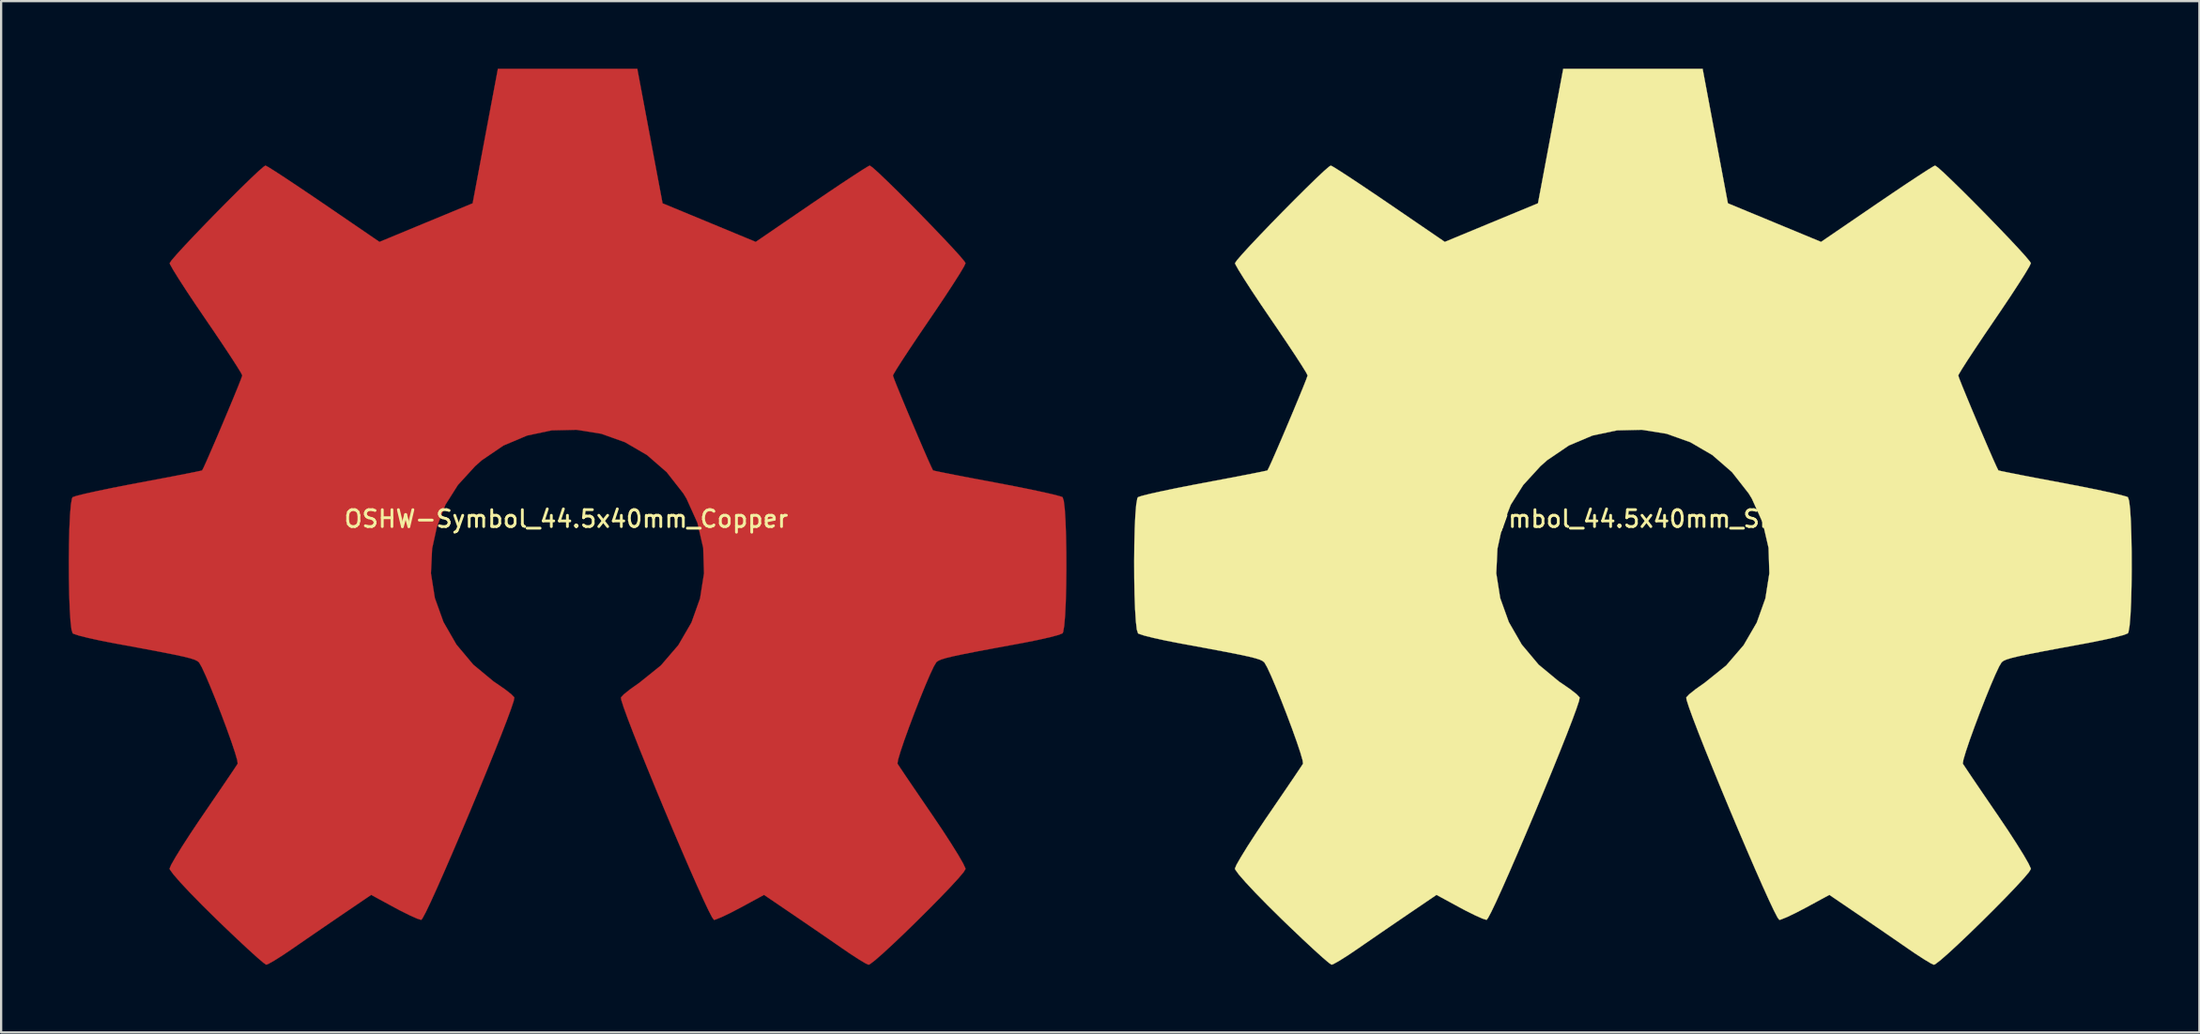
<source format=kicad_pcb>
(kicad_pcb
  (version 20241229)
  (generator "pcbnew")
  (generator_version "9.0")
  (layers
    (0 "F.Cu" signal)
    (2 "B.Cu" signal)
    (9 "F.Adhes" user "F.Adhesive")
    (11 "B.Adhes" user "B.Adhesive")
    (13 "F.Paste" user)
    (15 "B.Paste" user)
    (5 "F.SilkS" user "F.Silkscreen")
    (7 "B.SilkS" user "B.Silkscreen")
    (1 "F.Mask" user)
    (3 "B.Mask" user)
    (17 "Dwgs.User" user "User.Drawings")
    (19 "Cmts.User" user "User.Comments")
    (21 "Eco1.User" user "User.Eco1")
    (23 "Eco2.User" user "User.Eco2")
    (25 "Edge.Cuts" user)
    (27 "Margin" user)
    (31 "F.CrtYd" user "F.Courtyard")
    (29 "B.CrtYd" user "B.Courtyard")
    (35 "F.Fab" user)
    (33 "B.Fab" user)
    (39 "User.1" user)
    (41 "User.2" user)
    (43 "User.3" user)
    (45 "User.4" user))
  (footprint "OSHW-Symbol_44.5x40mm_Copper"
    (layer "F.Cu")
    (at 22.072 19.989)
    (property "Reference" "OSHW-Symbol_44.5x40mm_Copper" (at 0 0 0) (layer "F.SilkS") (effects (font (size 0.75 0.75) (thickness 0.125))))
    (attr exclude_from_pos_files exclude_from_bom allow_missing_courtyard)
    (fp_poly (pts (xy 3.714 -16.998) (xy 4.275 -14.012) (xy 6.342 -13.156) (xy 8.409 -12.299) (xy 10.888 -13.994) (xy 11.583 -14.466) (xy 12.21 -14.887) (xy 12.742 -15.238) (xy 13.148 -15.501) (xy 13.4 -15.655) (xy 13.469 -15.688) (xy 13.592 -15.603) (xy 13.857 -15.366) (xy 14.231 -15.009) (xy 14.688 -14.562) (xy 15.196 -14.054) (xy 15.726 -13.516) (xy 16.248 -12.978) (xy 16.733 -12.47) (xy 17.152 -12.023) (xy 17.475 -11.666) (xy 17.671 -11.431) (xy 17.718 -11.352) (xy 17.65 -11.207) (xy 17.461 -10.888) (xy 17.169 -10.428) (xy 16.796 -9.857) (xy 16.36 -9.207) (xy 16.107 -8.835) (xy 15.647 -8.158) (xy 15.238 -7.546) (xy 14.9 -7.032) (xy 14.653 -6.644) (xy 14.517 -6.413) (xy 14.497 -6.365) (xy 14.543 -6.227) (xy 14.669 -5.906) (xy 14.857 -5.448) (xy 15.086 -4.896) (xy 15.338 -4.296) (xy 15.594 -3.694) (xy 15.834 -3.134) (xy 16.04 -2.661) (xy 16.193 -2.322) (xy 16.273 -2.159) (xy 16.278 -2.153) (xy 16.403 -2.122) (xy 16.738 -2.053) (xy 17.247 -1.952) (xy 17.896 -1.827) (xy 18.65 -1.685) (xy 19.089 -1.602) (xy 19.895 -1.448) (xy 20.622 -1.302) (xy 21.235 -1.17) (xy 21.696 -1.063) (xy 21.969 -0.987) (xy 22.024 -0.963) (xy 22.077 -0.799) (xy 22.121 -0.43) (xy 22.154 0.101) (xy 22.176 0.752) (xy 22.189 1.479) (xy 22.191 2.239) (xy 22.183 2.989) (xy 22.165 3.686) (xy 22.136 4.286) (xy 22.097 4.747) (xy 22.049 5.025) (xy 22.02 5.082) (xy 21.845 5.152) (xy 21.475 5.251) (xy 20.958 5.368) (xy 20.344 5.492) (xy 20.13 5.532) (xy 19.097 5.722) (xy 18.28 5.875) (xy 17.654 5.998) (xy 17.191 6.095) (xy 16.864 6.174) (xy 16.646 6.24) (xy 16.511 6.299) (xy 16.431 6.358) (xy 16.42 6.37) (xy 16.308 6.557) (xy 16.137 6.922) (xy 15.924 7.419) (xy 15.687 8.005) (xy 15.441 8.634) (xy 15.206 9.261) (xy 14.996 9.843) (xy 14.831 10.334) (xy 14.726 10.689) (xy 14.698 10.865) (xy 14.7 10.871) (xy 14.794 11.014) (xy 15.005 11.33) (xy 15.313 11.785) (xy 15.695 12.346) (xy 16.128 12.981) (xy 16.252 13.162) (xy 16.692 13.816) (xy 17.079 14.413) (xy 17.393 14.918) (xy 17.611 15.298) (xy 17.713 15.517) (xy 17.718 15.544) (xy 17.632 15.686) (xy 17.395 15.966) (xy 17.037 16.356) (xy 16.588 16.824) (xy 16.08 17.34) (xy 15.542 17.875) (xy 15.005 18.398) (xy 14.5 18.879) (xy 14.057 19.288) (xy 13.706 19.595) (xy 13.479 19.769) (xy 13.416 19.797) (xy 13.27 19.73) (xy 12.97 19.549) (xy 12.566 19.286) (xy 12.255 19.073) (xy 11.692 18.684) (xy 11.024 18.225) (xy 10.355 17.767) (xy 9.995 17.522) (xy 8.777 16.694) (xy 7.755 17.249) (xy 7.289 17.493) (xy 6.893 17.682) (xy 6.625 17.79) (xy 6.557 17.805) (xy 6.475 17.694) (xy 6.313 17.381) (xy 6.083 16.894) (xy 5.798 16.263) (xy 5.469 15.516) (xy 5.109 14.682) (xy 4.729 13.79) (xy 4.342 12.869) (xy 3.96 11.949) (xy 3.595 11.056) (xy 3.258 10.222) (xy 2.963 9.474) (xy 2.721 8.841) (xy 2.544 8.353) (xy 2.444 8.038) (xy 2.428 7.93) (xy 2.555 7.792) (xy 2.834 7.568) (xy 3.206 7.305) (xy 3.237 7.284) (xy 4.199 6.51) (xy 4.974 5.608) (xy 5.556 4.606) (xy 5.939 3.532) (xy 6.115 2.416) (xy 6.079 1.286) (xy 5.822 0.172) (xy 5.339 -0.898) (xy 5.197 -1.132) (xy 4.457 -2.077) (xy 3.584 -2.836) (xy 2.607 -3.405) (xy 1.556 -3.78) (xy 0.462 -3.956) (xy -0.646 -3.931) (xy -1.736 -3.7) (xy -2.78 -3.259) (xy -3.745 -2.604) (xy -4.044 -2.338) (xy -4.804 -1.506) (xy -5.358 -0.63) (xy -5.738 0.351) (xy -5.95 1.324) (xy -6.002 2.417) (xy -5.828 3.515) (xy -5.445 4.582) (xy -4.871 5.58) (xy -4.123 6.472) (xy -3.22 7.221) (xy -3.102 7.3) (xy -2.726 7.559) (xy -2.44 7.783) (xy -2.303 7.926) (xy -2.301 7.93) (xy -2.33 8.085) (xy -2.447 8.436) (xy -2.638 8.955) (xy -2.892 9.612) (xy -3.197 10.379) (xy -3.54 11.227) (xy -3.91 12.127) (xy -4.294 13.05) (xy -4.681 13.967) (xy -5.058 14.85) (xy -5.413 15.669) (xy -5.734 16.396) (xy -6.009 17.001) (xy -6.226 17.456) (xy -6.374 17.732) (xy -6.433 17.805) (xy -6.614 17.748) (xy -6.952 17.597) (xy -7.39 17.378) (xy -7.631 17.249) (xy -8.653 16.694) (xy -9.871 17.522) (xy -10.493 17.946) (xy -11.174 18.413) (xy -11.812 18.852) (xy -12.131 19.073) (xy -12.581 19.377) (xy -12.961 19.617) (xy -13.223 19.764) (xy -13.308 19.795) (xy -13.432 19.711) (xy -13.706 19.477) (xy -14.104 19.117) (xy -14.599 18.656) (xy -15.165 18.117) (xy -15.522 17.772) (xy -16.148 17.154) (xy -16.689 16.601) (xy -17.123 16.137) (xy -17.428 15.786) (xy -17.583 15.571) (xy -17.598 15.527) (xy -17.529 15.361) (xy -17.338 15.026) (xy -17.048 14.554) (xy -16.678 13.981) (xy -16.25 13.34) (xy -16.128 13.162) (xy -15.684 12.512) (xy -15.286 11.928) (xy -14.956 11.441) (xy -14.716 11.084) (xy -14.589 10.891) (xy -14.576 10.871) (xy -14.595 10.717) (xy -14.693 10.378) (xy -14.853 9.899) (xy -15.058 9.325) (xy -15.292 8.7) (xy -15.537 8.069) (xy -15.776 7.477) (xy -15.992 6.968) (xy -16.168 6.588) (xy -16.287 6.38) (xy -16.296 6.37) (xy -16.368 6.31) (xy -16.491 6.251) (xy -16.691 6.187) (xy -16.995 6.111) (xy -17.43 6.018) (xy -18.024 5.901) (xy -18.802 5.754) (xy -19.792 5.571) (xy -20.006 5.532) (xy -20.641 5.409) (xy -21.195 5.288) (xy -21.619 5.182) (xy -21.863 5.101) (xy -21.896 5.082) (xy -21.95 4.916) (xy -21.993 4.545) (xy -22.027 4.012) (xy -22.051 3.36) (xy -22.064 2.632) (xy -22.067 1.872) (xy -22.06 1.122) (xy -22.043 0.427) (xy -22.015 -0.172) (xy -21.977 -0.631) (xy -21.929 -0.906) (xy -21.9 -0.963) (xy -21.738 -1.019) (xy -21.368 -1.112) (xy -20.828 -1.232) (xy -20.155 -1.372) (xy -19.385 -1.523) (xy -18.965 -1.602) (xy -18.169 -1.752) (xy -17.46 -1.887) (xy -16.871 -2.002) (xy -16.437 -2.089) (xy -16.194 -2.141) (xy -16.154 -2.153) (xy -16.086 -2.284) (xy -15.943 -2.6) (xy -15.744 -3.056) (xy -15.507 -3.606) (xy -15.253 -4.205) (xy -14.999 -4.809) (xy -14.765 -5.372) (xy -14.57 -5.848) (xy -14.433 -6.194) (xy -14.374 -6.363) (xy -14.373 -6.371) (xy -14.44 -6.504) (xy -14.63 -6.811) (xy -14.921 -7.262) (xy -15.295 -7.825) (xy -15.73 -8.47) (xy -15.983 -8.84) (xy -16.445 -9.52) (xy -16.855 -10.136) (xy -17.193 -10.66) (xy -17.44 -11.058) (xy -17.575 -11.299) (xy -17.594 -11.354) (xy -17.51 -11.48) (xy -17.278 -11.749) (xy -16.928 -12.132) (xy -16.489 -12.597) (xy -15.991 -13.116) (xy -15.464 -13.656) (xy -14.936 -14.189) (xy -14.438 -14.684) (xy -14 -15.111) (xy -13.651 -15.44) (xy -13.42 -15.64) (xy -13.342 -15.688) (xy -13.217 -15.621) (xy -12.916 -15.432) (xy -12.469 -15.141) (xy -11.906 -14.766) (xy -11.255 -14.328) (xy -10.764 -13.994) (xy -8.285 -12.299) (xy -6.218 -13.156) (xy -4.151 -14.012) (xy -3.591 -16.998) (xy -3.03 -19.984) (xy 3.154 -19.984) (xy 3.714 -16.998)) (stroke (width 0.01) (type solid)) (fill yes) (layer "F.Cu")))
  (footprint "OSHW-Symbol_44.5x40mm_SilkScreen"
    (layer "F.Cu")
    (at 69.34 19.989)
    (property "Reference" "OSHW-Symbol_44.5x40mm_SilkScreen" (at 0 0 0) (layer "F.SilkS") (effects (font (size 0.75 0.75) (thickness 0.125))))
    (attr exclude_from_pos_files exclude_from_bom allow_missing_courtyard)
    (fp_poly (pts (xy 3.714 -16.998) (xy 4.275 -14.012) (xy 6.342 -13.156) (xy 8.409 -12.299) (xy 10.888 -13.994) (xy 11.583 -14.466) (xy 12.21 -14.887) (xy 12.742 -15.238) (xy 13.148 -15.501) (xy 13.4 -15.655) (xy 13.469 -15.688) (xy 13.592 -15.603) (xy 13.857 -15.366) (xy 14.231 -15.009) (xy 14.688 -14.562) (xy 15.196 -14.054) (xy 15.726 -13.516) (xy 16.248 -12.978) (xy 16.733 -12.47) (xy 17.152 -12.023) (xy 17.475 -11.666) (xy 17.671 -11.431) (xy 17.718 -11.352) (xy 17.65 -11.207) (xy 17.461 -10.888) (xy 17.169 -10.428) (xy 16.796 -9.857) (xy 16.36 -9.207) (xy 16.107 -8.835) (xy 15.647 -8.158) (xy 15.238 -7.546) (xy 14.9 -7.032) (xy 14.653 -6.644) (xy 14.517 -6.413) (xy 14.497 -6.365) (xy 14.543 -6.227) (xy 14.669 -5.906) (xy 14.857 -5.448) (xy 15.086 -4.896) (xy 15.338 -4.296) (xy 15.594 -3.694) (xy 15.834 -3.134) (xy 16.04 -2.661) (xy 16.193 -2.322) (xy 16.273 -2.159) (xy 16.278 -2.153) (xy 16.403 -2.122) (xy 16.738 -2.053) (xy 17.247 -1.952) (xy 17.896 -1.827) (xy 18.65 -1.685) (xy 19.089 -1.602) (xy 19.895 -1.448) (xy 20.622 -1.302) (xy 21.235 -1.17) (xy 21.696 -1.063) (xy 21.969 -0.987) (xy 22.024 -0.963) (xy 22.077 -0.799) (xy 22.121 -0.43) (xy 22.154 0.101) (xy 22.176 0.752) (xy 22.189 1.479) (xy 22.191 2.239) (xy 22.183 2.989) (xy 22.165 3.686) (xy 22.136 4.286) (xy 22.097 4.747) (xy 22.049 5.025) (xy 22.02 5.082) (xy 21.845 5.152) (xy 21.475 5.251) (xy 20.958 5.368) (xy 20.344 5.492) (xy 20.13 5.532) (xy 19.097 5.722) (xy 18.28 5.875) (xy 17.654 5.998) (xy 17.191 6.095) (xy 16.864 6.174) (xy 16.646 6.24) (xy 16.511 6.299) (xy 16.431 6.358) (xy 16.42 6.37) (xy 16.308 6.557) (xy 16.137 6.922) (xy 15.924 7.419) (xy 15.687 8.005) (xy 15.441 8.634) (xy 15.206 9.261) (xy 14.996 9.843) (xy 14.831 10.334) (xy 14.726 10.689) (xy 14.698 10.865) (xy 14.7 10.871) (xy 14.794 11.014) (xy 15.005 11.33) (xy 15.313 11.785) (xy 15.695 12.346) (xy 16.128 12.981) (xy 16.252 13.162) (xy 16.692 13.816) (xy 17.079 14.413) (xy 17.393 14.918) (xy 17.611 15.298) (xy 17.713 15.517) (xy 17.718 15.544) (xy 17.632 15.686) (xy 17.395 15.966) (xy 17.037 16.356) (xy 16.588 16.824) (xy 16.08 17.34) (xy 15.542 17.875) (xy 15.005 18.398) (xy 14.5 18.879) (xy 14.057 19.288) (xy 13.706 19.595) (xy 13.479 19.769) (xy 13.416 19.797) (xy 13.27 19.73) (xy 12.97 19.549) (xy 12.566 19.286) (xy 12.255 19.073) (xy 11.692 18.684) (xy 11.024 18.225) (xy 10.355 17.767) (xy 9.995 17.522) (xy 8.777 16.694) (xy 7.755 17.249) (xy 7.289 17.493) (xy 6.893 17.682) (xy 6.625 17.79) (xy 6.557 17.805) (xy 6.475 17.694) (xy 6.313 17.381) (xy 6.083 16.894) (xy 5.798 16.263) (xy 5.469 15.516) (xy 5.109 14.682) (xy 4.729 13.79) (xy 4.342 12.869) (xy 3.96 11.949) (xy 3.595 11.056) (xy 3.258 10.222) (xy 2.963 9.474) (xy 2.721 8.841) (xy 2.544 8.353) (xy 2.444 8.038) (xy 2.428 7.93) (xy 2.555 7.792) (xy 2.834 7.568) (xy 3.206 7.305) (xy 3.237 7.284) (xy 4.199 6.51) (xy 4.974 5.608) (xy 5.556 4.606) (xy 5.939 3.532) (xy 6.115 2.416) (xy 6.079 1.286) (xy 5.822 0.172) (xy 5.339 -0.898) (xy 5.197 -1.132) (xy 4.457 -2.077) (xy 3.584 -2.836) (xy 2.607 -3.405) (xy 1.556 -3.78) (xy 0.462 -3.956) (xy -0.646 -3.931) (xy -1.736 -3.7) (xy -2.78 -3.259) (xy -3.745 -2.604) (xy -4.044 -2.338) (xy -4.804 -1.506) (xy -5.358 -0.63) (xy -5.738 0.351) (xy -5.95 1.324) (xy -6.002 2.417) (xy -5.828 3.515) (xy -5.445 4.582) (xy -4.871 5.58) (xy -4.123 6.472) (xy -3.22 7.221) (xy -3.102 7.3) (xy -2.726 7.559) (xy -2.44 7.783) (xy -2.303 7.926) (xy -2.301 7.93) (xy -2.33 8.085) (xy -2.447 8.436) (xy -2.638 8.955) (xy -2.892 9.612) (xy -3.197 10.379) (xy -3.54 11.227) (xy -3.91 12.127) (xy -4.294 13.05) (xy -4.681 13.967) (xy -5.058 14.85) (xy -5.413 15.669) (xy -5.734 16.396) (xy -6.009 17.001) (xy -6.226 17.456) (xy -6.374 17.732) (xy -6.433 17.805) (xy -6.614 17.748) (xy -6.952 17.597) (xy -7.39 17.378) (xy -7.631 17.249) (xy -8.653 16.694) (xy -9.871 17.522) (xy -10.493 17.946) (xy -11.174 18.413) (xy -11.812 18.852) (xy -12.131 19.073) (xy -12.581 19.377) (xy -12.961 19.617) (xy -13.223 19.764) (xy -13.308 19.795) (xy -13.432 19.711) (xy -13.706 19.477) (xy -14.104 19.117) (xy -14.599 18.656) (xy -15.165 18.117) (xy -15.522 17.772) (xy -16.148 17.154) (xy -16.689 16.601) (xy -17.123 16.137) (xy -17.428 15.786) (xy -17.583 15.571) (xy -17.598 15.527) (xy -17.529 15.361) (xy -17.338 15.026) (xy -17.048 14.554) (xy -16.678 13.981) (xy -16.25 13.34) (xy -16.128 13.162) (xy -15.684 12.512) (xy -15.286 11.928) (xy -14.956 11.441) (xy -14.716 11.084) (xy -14.589 10.891) (xy -14.576 10.871) (xy -14.595 10.717) (xy -14.693 10.378) (xy -14.853 9.899) (xy -15.058 9.325) (xy -15.292 8.7) (xy -15.537 8.069) (xy -15.776 7.477) (xy -15.992 6.968) (xy -16.168 6.588) (xy -16.287 6.38) (xy -16.296 6.37) (xy -16.368 6.31) (xy -16.491 6.251) (xy -16.691 6.187) (xy -16.995 6.111) (xy -17.43 6.018) (xy -18.024 5.901) (xy -18.802 5.754) (xy -19.792 5.571) (xy -20.006 5.532) (xy -20.641 5.409) (xy -21.195 5.288) (xy -21.619 5.182) (xy -21.863 5.101) (xy -21.896 5.082) (xy -21.95 4.916) (xy -21.993 4.545) (xy -22.027 4.012) (xy -22.051 3.36) (xy -22.064 2.632) (xy -22.067 1.872) (xy -22.06 1.122) (xy -22.043 0.427) (xy -22.015 -0.172) (xy -21.977 -0.631) (xy -21.929 -0.906) (xy -21.9 -0.963) (xy -21.738 -1.019) (xy -21.368 -1.112) (xy -20.828 -1.232) (xy -20.155 -1.372) (xy -19.385 -1.523) (xy -18.965 -1.602) (xy -18.169 -1.752) (xy -17.46 -1.887) (xy -16.871 -2.002) (xy -16.437 -2.089) (xy -16.194 -2.141) (xy -16.154 -2.153) (xy -16.086 -2.284) (xy -15.943 -2.6) (xy -15.744 -3.056) (xy -15.507 -3.606) (xy -15.253 -4.205) (xy -14.999 -4.809) (xy -14.765 -5.372) (xy -14.57 -5.848) (xy -14.433 -6.194) (xy -14.374 -6.363) (xy -14.373 -6.371) (xy -14.44 -6.504) (xy -14.63 -6.811) (xy -14.921 -7.262) (xy -15.295 -7.825) (xy -15.73 -8.47) (xy -15.983 -8.84) (xy -16.445 -9.52) (xy -16.855 -10.136) (xy -17.193 -10.66) (xy -17.44 -11.058) (xy -17.575 -11.299) (xy -17.594 -11.354) (xy -17.51 -11.48) (xy -17.278 -11.749) (xy -16.928 -12.132) (xy -16.489 -12.597) (xy -15.991 -13.116) (xy -15.464 -13.656) (xy -14.936 -14.189) (xy -14.438 -14.684) (xy -14 -15.111) (xy -13.651 -15.44) (xy -13.42 -15.64) (xy -13.342 -15.688) (xy -13.217 -15.621) (xy -12.916 -15.432) (xy -12.469 -15.141) (xy -11.906 -14.766) (xy -11.255 -14.328) (xy -10.764 -13.994) (xy -8.285 -12.299) (xy -6.218 -13.156) (xy -4.151 -14.012) (xy -3.591 -16.998) (xy -3.03 -19.984) (xy 3.154 -19.984) (xy 3.714 -16.998)) (stroke (width 0.01) (type solid)) (fill yes) (layer "F.SilkS")))
  (gr_rect
    (start -3 -3)
    (end 94.536 42.791)
    (stroke (width 0.1) (type default))
    (fill no)
    (layer "Edge.Cuts")))
</source>
